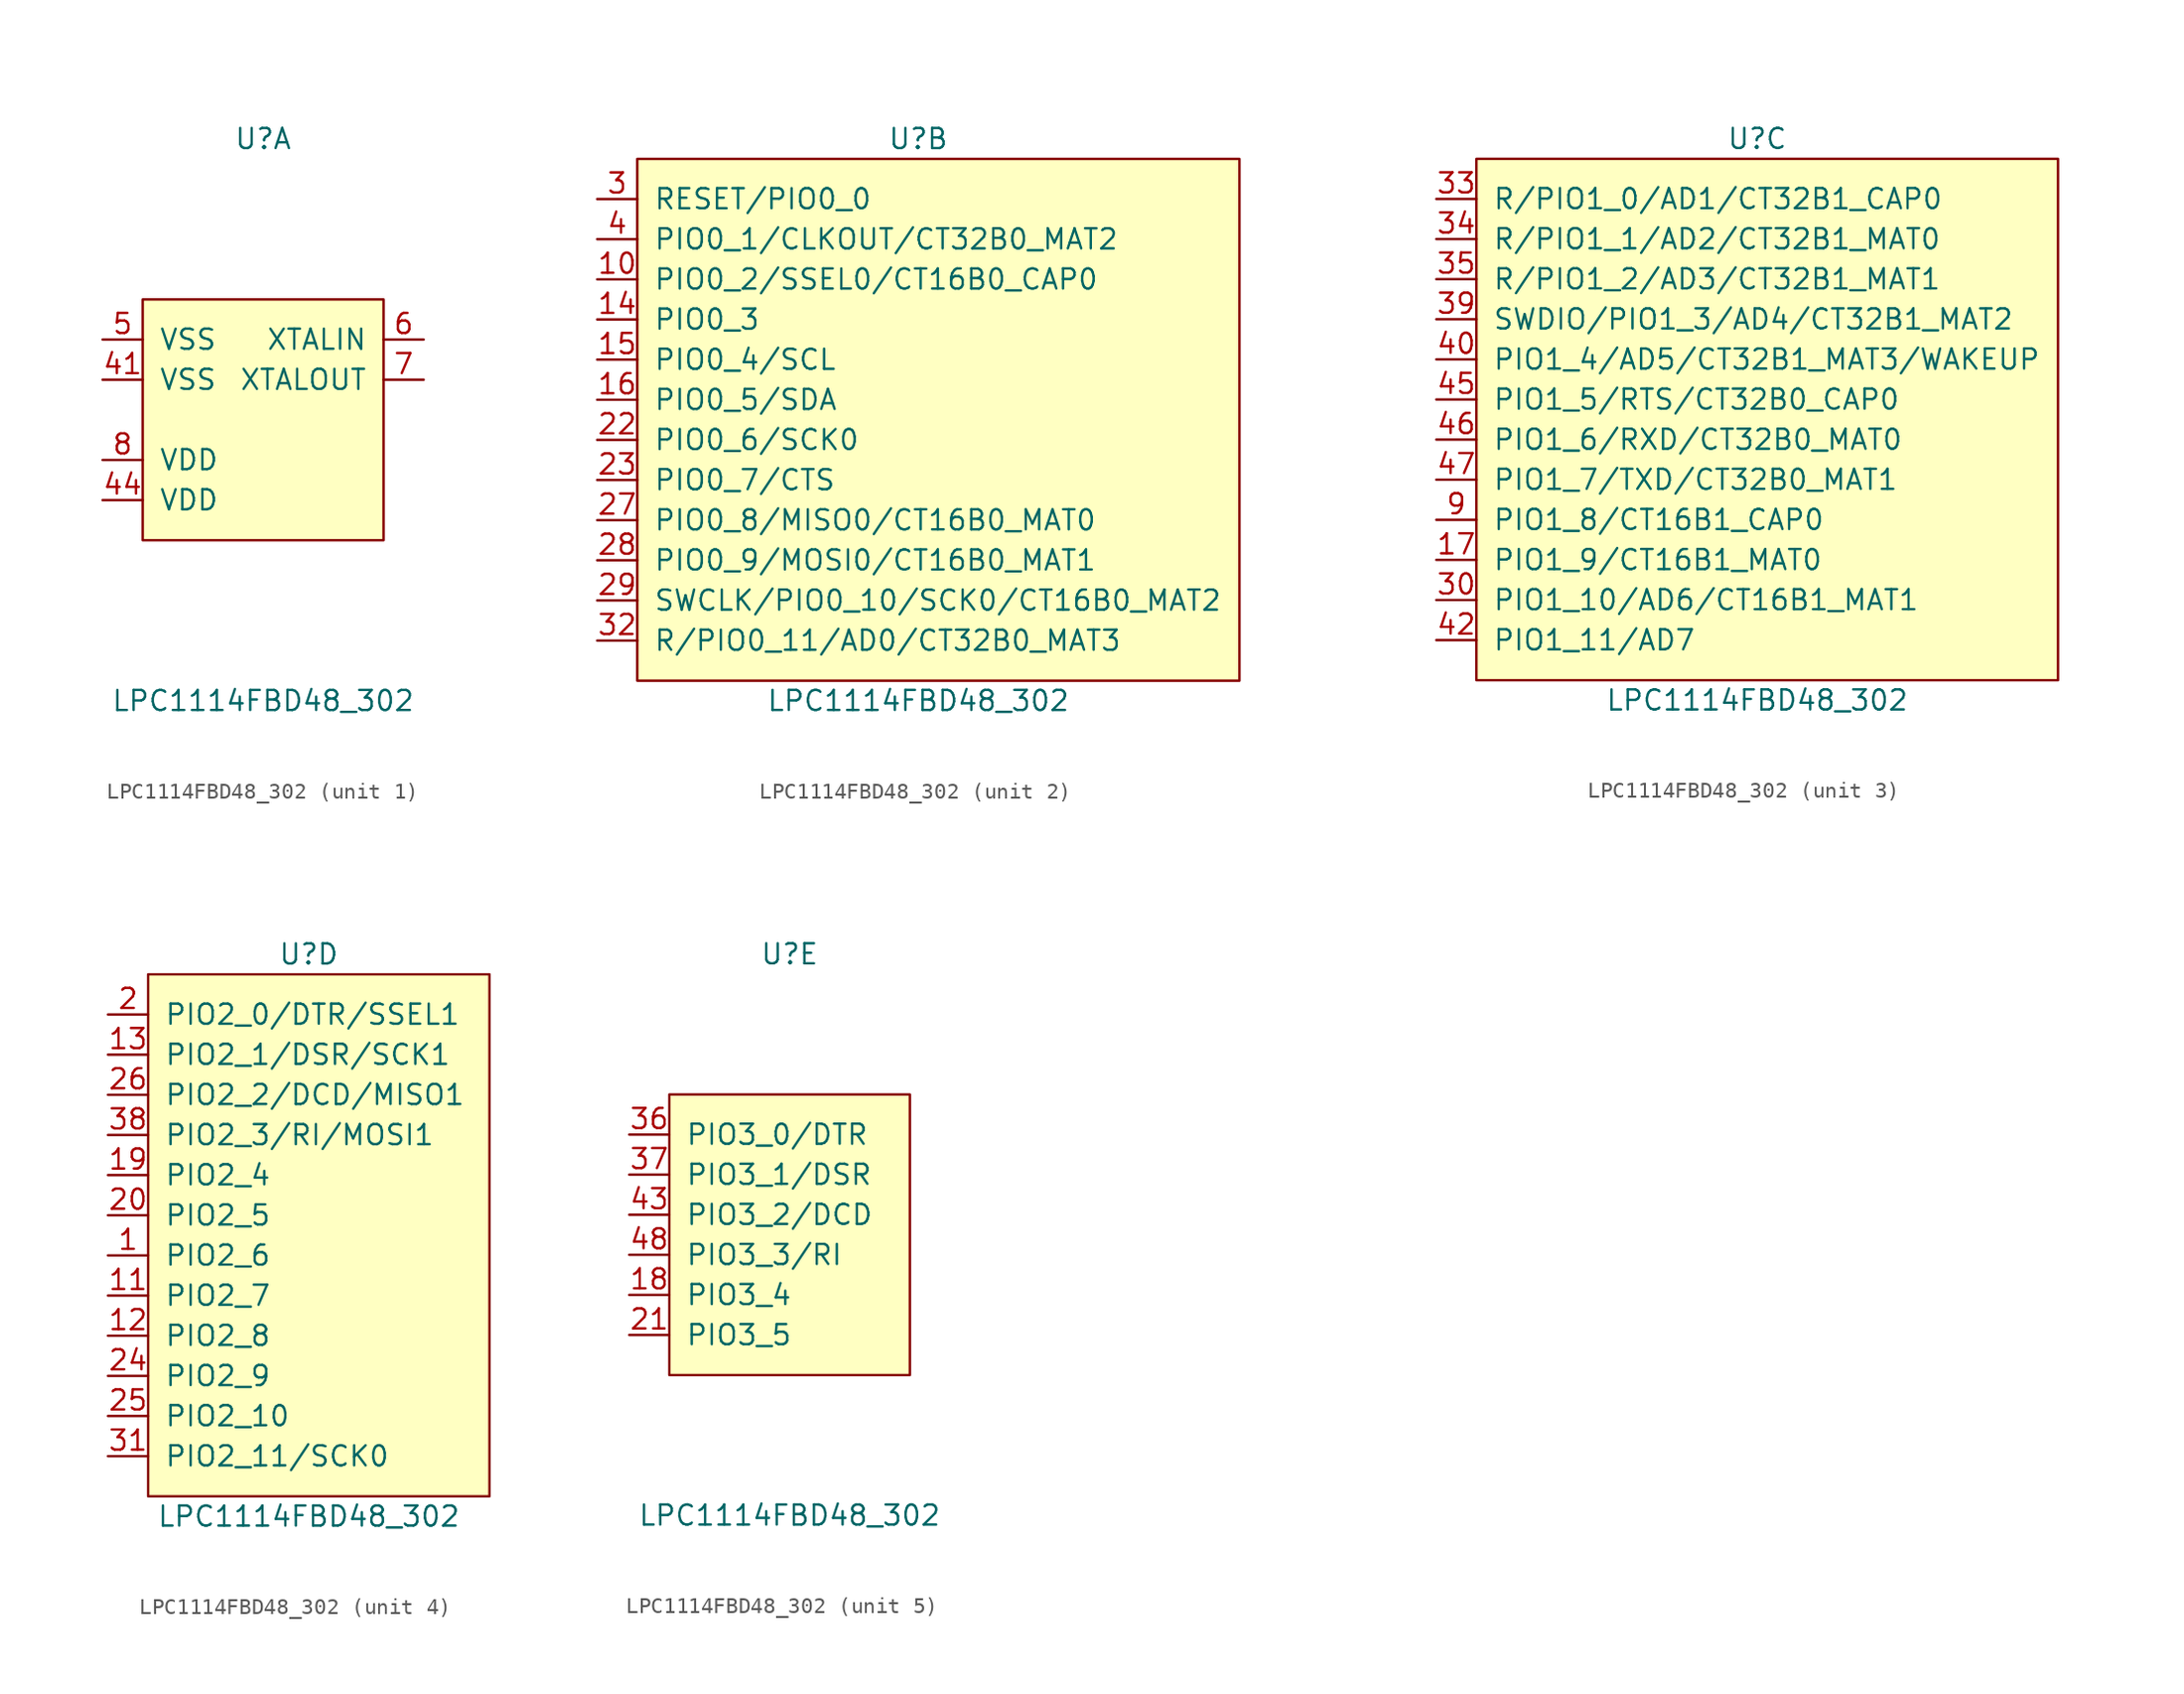
<source format=kicad_sym>
(kicad_symbol_lib
  (version 20211014)
  (generator kicad_symbol_editor)
  (symbol "LPC1114FBD48_302"
    (pin_names
      (offset 1.016))
    (property "Reference" "U"
      (at 0 17.78 0)
      (effects (font (size 1.27 1.27))))
    (property "Value" "LPC1114FBD48_302"
      (at 0 -17.78 0)
      (effects (font (size 1.27 1.27))))
    (property "ki_locked" ""
      (at 0 0 0)
      (effects (font (size 1.27 1.27))))
    (symbol "LPC1114FBD48_302_1_1"
      (rectangle (start -7.62 7.62) (end 7.62 -7.62) (stroke (width 0) (type default) (color 0 0 0 0)) (fill (type background)))
      (pin power_in line (at -10.16 2.54 0) (length 2.54) (name "VSS" (effects (font (size 1.27 1.27)))) (number "41" (effects (font (size 1.27 1.27)))))
      (pin power_in line (at -10.16 -5.08 0) (length 2.54) (name "VDD" (effects (font (size 1.27 1.27)))) (number "44" (effects (font (size 1.27 1.27)))))
      (pin power_in line (at -10.16 5.08 0) (length 2.54) (name "VSS" (effects (font (size 1.27 1.27)))) (number "5" (effects (font (size 1.27 1.27)))))
      (pin passive line (at 10.16 5.08 180) (length 2.54) (name "XTALIN" (effects (font (size 1.27 1.27)))) (number "6" (effects (font (size 1.27 1.27)))))
      (pin passive line (at 10.16 2.54 180) (length 2.54) (name "XTALOUT" (effects (font (size 1.27 1.27)))) (number "7" (effects (font (size 1.27 1.27)))))
      (pin power_in line (at -10.16 -2.54 0) (length 2.54) (name "VDD" (effects (font (size 1.27 1.27)))) (number "8" (effects (font (size 1.27 1.27))))))
    (symbol "LPC1114FBD48_302_2_1"
      (rectangle (start -17.78 16.51) (end 20.32 -16.51) (stroke (width 0) (type default) (color 0 0 0 0)) (fill (type background)))
      (pin bidirectional line (at -20.32 8.89 0) (length 2.54) (name "PIO0_2/SSEL0/CT16B0_CAP0" (effects (font (size 1.27 1.27)))) (number "10" (effects (font (size 1.27 1.27)))))
      (pin bidirectional line (at -20.32 6.35 0) (length 2.54) (name "PIO0_3" (effects (font (size 1.27 1.27)))) (number "14" (effects (font (size 1.27 1.27)))))
      (pin bidirectional line (at -20.32 3.81 0) (length 2.54) (name "PIO0_4/SCL" (effects (font (size 1.27 1.27)))) (number "15" (effects (font (size 1.27 1.27)))))
      (pin bidirectional line (at -20.32 1.27 0) (length 2.54) (name "PIO0_5/SDA" (effects (font (size 1.27 1.27)))) (number "16" (effects (font (size 1.27 1.27)))))
      (pin bidirectional line (at -20.32 -1.27 0) (length 2.54) (name "PIO0_6/SCK0" (effects (font (size 1.27 1.27)))) (number "22" (effects (font (size 1.27 1.27)))))
      (pin bidirectional line (at -20.32 -3.81 0) (length 2.54) (name "PIO0_7/CTS" (effects (font (size 1.27 1.27)))) (number "23" (effects (font (size 1.27 1.27)))))
      (pin bidirectional line (at -20.32 -6.35 0) (length 2.54) (name "PIO0_8/MISO0/CT16B0_MAT0" (effects (font (size 1.27 1.27)))) (number "27" (effects (font (size 1.27 1.27)))))
      (pin bidirectional line (at -20.32 -8.89 0) (length 2.54) (name "PIO0_9/MOSI0/CT16B0_MAT1" (effects (font (size 1.27 1.27)))) (number "28" (effects (font (size 1.27 1.27)))))
      (pin bidirectional line (at -20.32 -11.43 0) (length 2.54) (name "SWCLK/PIO0_10/SCK0/CT16B0_MAT2" (effects (font (size 1.27 1.27)))) (number "29" (effects (font (size 1.27 1.27)))))
      (pin bidirectional line (at -20.32 13.97 0) (length 2.54) (name "RESET/PIO0_0" (effects (font (size 1.27 1.27)))) (number "3" (effects (font (size 1.27 1.27)))))
      (pin bidirectional line (at -20.32 -13.97 0) (length 2.54) (name "R/PIO0_11/AD0/CT32B0_MAT3" (effects (font (size 1.27 1.27)))) (number "32" (effects (font (size 1.27 1.27)))))
      (pin bidirectional line (at -20.32 11.43 0) (length 2.54) (name "PIO0_1/CLKOUT/CT32B0_MAT2" (effects (font (size 1.27 1.27)))) (number "4" (effects (font (size 1.27 1.27))))))
    (symbol "LPC1114FBD48_302_3_1"
      (rectangle (start -17.78 16.51) (end 19.05 -16.51) (stroke (width 0) (type default) (color 0 0 0 0)) (fill (type background)))
      (pin bidirectional line (at -20.32 -8.89 0) (length 2.54) (name "PIO1_9/CT16B1_MAT0" (effects (font (size 1.27 1.27)))) (number "17" (effects (font (size 1.27 1.27)))))
      (pin bidirectional line (at -20.32 -11.43 0) (length 2.54) (name "PIO1_10/AD6/CT16B1_MAT1" (effects (font (size 1.27 1.27)))) (number "30" (effects (font (size 1.27 1.27)))))
      (pin bidirectional line (at -20.32 13.97 0) (length 2.54) (name "R/PIO1_0/AD1/CT32B1_CAP0" (effects (font (size 1.27 1.27)))) (number "33" (effects (font (size 1.27 1.27)))))
      (pin bidirectional line (at -20.32 11.43 0) (length 2.54) (name "R/PIO1_1/AD2/CT32B1_MAT0" (effects (font (size 1.27 1.27)))) (number "34" (effects (font (size 1.27 1.27)))))
      (pin bidirectional line (at -20.32 8.89 0) (length 2.54) (name "R/PIO1_2/AD3/CT32B1_MAT1" (effects (font (size 1.27 1.27)))) (number "35" (effects (font (size 1.27 1.27)))))
      (pin bidirectional line (at -20.32 6.35 0) (length 2.54) (name "SWDIO/PIO1_3/AD4/CT32B1_MAT2" (effects (font (size 1.27 1.27)))) (number "39" (effects (font (size 1.27 1.27)))))
      (pin bidirectional line (at -20.32 3.81 0) (length 2.54) (name "PIO1_4/AD5/CT32B1_MAT3/WAKEUP" (effects (font (size 1.27 1.27)))) (number "40" (effects (font (size 1.27 1.27)))))
      (pin bidirectional line (at -20.32 -13.97 0) (length 2.54) (name "PIO1_11/AD7" (effects (font (size 1.27 1.27)))) (number "42" (effects (font (size 1.27 1.27)))))
      (pin bidirectional line (at -20.32 1.27 0) (length 2.54) (name "PIO1_5/RTS/CT32B0_CAP0" (effects (font (size 1.27 1.27)))) (number "45" (effects (font (size 1.27 1.27)))))
      (pin bidirectional line (at -20.32 -1.27 0) (length 2.54) (name "PIO1_6/RXD/CT32B0_MAT0" (effects (font (size 1.27 1.27)))) (number "46" (effects (font (size 1.27 1.27)))))
      (pin bidirectional line (at -20.32 -3.81 0) (length 2.54) (name "PIO1_7/TXD/CT32B0_MAT1" (effects (font (size 1.27 1.27)))) (number "47" (effects (font (size 1.27 1.27)))))
      (pin bidirectional line (at -20.32 -6.35 0) (length 2.54) (name "PIO1_8/CT16B1_CAP0" (effects (font (size 1.27 1.27)))) (number "9" (effects (font (size 1.27 1.27))))))
    (symbol "LPC1114FBD48_302_4_1"
      (rectangle (start -10.16 16.51) (end 11.43 -16.51) (stroke (width 0) (type default) (color 0 0 0 0)) (fill (type background)))
      (pin bidirectional line (at -12.7 -1.27 0) (length 2.54) (name "PIO2_6" (effects (font (size 1.27 1.27)))) (number "1" (effects (font (size 1.27 1.27)))))
      (pin bidirectional line (at -12.7 -3.81 0) (length 2.54) (name "PIO2_7" (effects (font (size 1.27 1.27)))) (number "11" (effects (font (size 1.27 1.27)))))
      (pin bidirectional line (at -12.7 -6.35 0) (length 2.54) (name "PIO2_8" (effects (font (size 1.27 1.27)))) (number "12" (effects (font (size 1.27 1.27)))))
      (pin bidirectional line (at -12.7 11.43 0) (length 2.54) (name "PIO2_1/DSR/SCK1" (effects (font (size 1.27 1.27)))) (number "13" (effects (font (size 1.27 1.27)))))
      (pin bidirectional line (at -12.7 3.81 0) (length 2.54) (name "PIO2_4" (effects (font (size 1.27 1.27)))) (number "19" (effects (font (size 1.27 1.27)))))
      (pin bidirectional line (at -12.7 13.97 0) (length 2.54) (name "PIO2_0/DTR/SSEL1" (effects (font (size 1.27 1.27)))) (number "2" (effects (font (size 1.27 1.27)))))
      (pin bidirectional line (at -12.7 1.27 0) (length 2.54) (name "PIO2_5" (effects (font (size 1.27 1.27)))) (number "20" (effects (font (size 1.27 1.27)))))
      (pin bidirectional line (at -12.7 -8.89 0) (length 2.54) (name "PIO2_9" (effects (font (size 1.27 1.27)))) (number "24" (effects (font (size 1.27 1.27)))))
      (pin bidirectional line (at -12.7 -11.43 0) (length 2.54) (name "PIO2_10" (effects (font (size 1.27 1.27)))) (number "25" (effects (font (size 1.27 1.27)))))
      (pin bidirectional line (at -12.7 8.89 0) (length 2.54) (name "PIO2_2/DCD/MISO1" (effects (font (size 1.27 1.27)))) (number "26" (effects (font (size 1.27 1.27)))))
      (pin bidirectional line (at -12.7 -13.97 0) (length 2.54) (name "PIO2_11/SCK0" (effects (font (size 1.27 1.27)))) (number "31" (effects (font (size 1.27 1.27)))))
      (pin bidirectional line (at -12.7 6.35 0) (length 2.54) (name "PIO2_3/RI/MOSI1" (effects (font (size 1.27 1.27)))) (number "38" (effects (font (size 1.27 1.27))))))
    (symbol "LPC1114FBD48_302_5_1"
      (rectangle (start -7.62 8.89) (end 7.62 -8.89) (stroke (width 0) (type default) (color 0 0 0 0)) (fill (type background)))
      (pin bidirectional line (at -10.16 -3.81 0) (length 2.54) (name "PIO3_4" (effects (font (size 1.27 1.27)))) (number "18" (effects (font (size 1.27 1.27)))))
      (pin bidirectional line (at -10.16 -6.35 0) (length 2.54) (name "PIO3_5" (effects (font (size 1.27 1.27)))) (number "21" (effects (font (size 1.27 1.27)))))
      (pin bidirectional line (at -10.16 6.35 0) (length 2.54) (name "PIO3_0/DTR" (effects (font (size 1.27 1.27)))) (number "36" (effects (font (size 1.27 1.27)))))
      (pin bidirectional line (at -10.16 3.81 0) (length 2.54) (name "PIO3_1/DSR" (effects (font (size 1.27 1.27)))) (number "37" (effects (font (size 1.27 1.27)))))
      (pin bidirectional line (at -10.16 1.27 0) (length 2.54) (name "PIO3_2/DCD" (effects (font (size 1.27 1.27)))) (number "43" (effects (font (size 1.27 1.27)))))
      (pin bidirectional line (at -10.16 -1.27 0) (length 2.54) (name "PIO3_3/RI" (effects (font (size 1.27 1.27)))) (number "48" (effects (font (size 1.27 1.27))))))))
</source>
